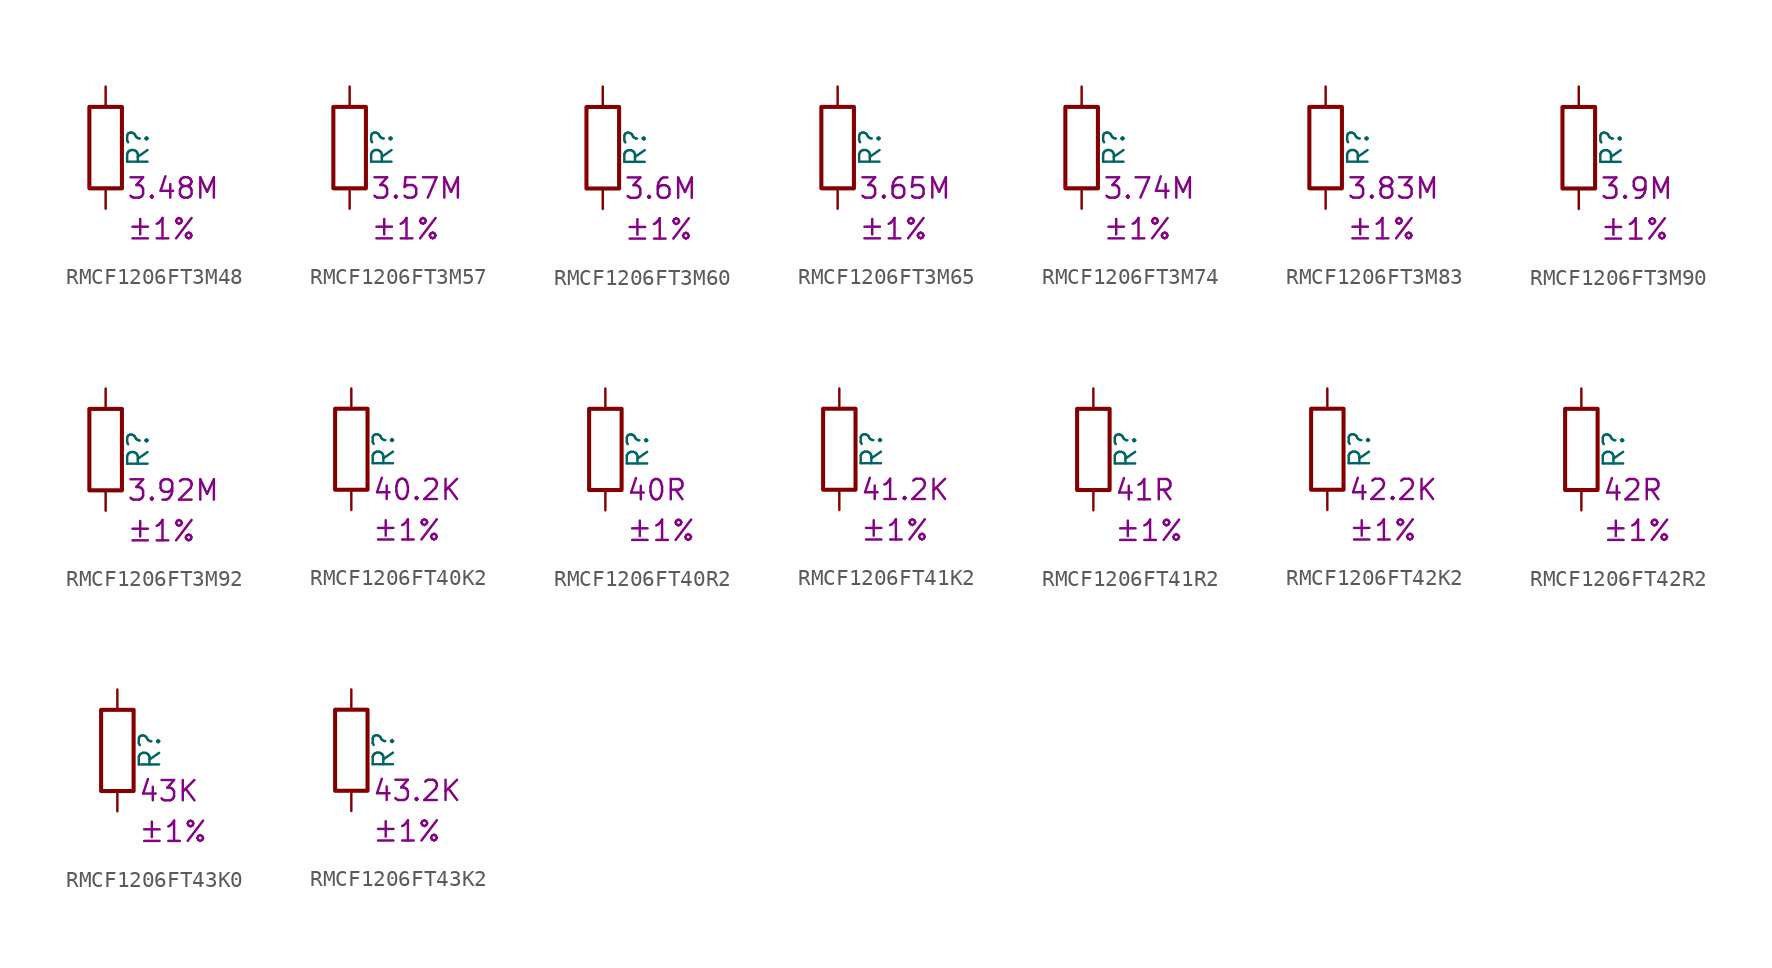
<source format=kicad_sym>
(kicad_symbol_lib
  (version 20220914)
  (generator kicad_symbol_editor)
  (symbol "RMCF1206FT3M48"
    (pin_numbers hide)
    (pin_names
      (offset 0))
    (property "Reference" "R"
      (at 2.032 0 90)
      (effects (font (size 1.27 1.27))))
    (property "Resistance" "3.48M"
      (at 1.27 -2.54 0)
      (effects (font (size 1.27 1.27)) (justify left)))
    (property "Tolerance" "±1%"
      (at 1.27 -5.08 0)
      (effects (font (size 1.27 1.27)) (justify left)))
    (symbol "RMCF1206FT3M48_0_1"
      (rectangle (start -1.016 -2.54) (end 1.016 2.54) (stroke (width 0.254) (type default)) (fill (type none))))
    (symbol "RMCF1206FT3M48_1_1"
      (pin passive line (at 0 3.81 270) (length 1.27) (name "~" (effects (font (size 1.27 1.27)))) (number "1" (effects (font (size 1.27 1.27)))))
      (pin passive line (at 0 -3.81 90) (length 1.27) (name "~" (effects (font (size 1.27 1.27)))) (number "2" (effects (font (size 1.27 1.27)))))))
  (symbol "RMCF1206FT3M57"
    (pin_numbers hide)
    (pin_names
      (offset 0))
    (property "Reference" "R"
      (at 2.032 0 90)
      (effects (font (size 1.27 1.27))))
    (property "Resistance" "3.57M"
      (at 1.27 -2.54 0)
      (effects (font (size 1.27 1.27)) (justify left)))
    (property "Tolerance" "±1%"
      (at 1.27 -5.08 0)
      (effects (font (size 1.27 1.27)) (justify left)))
    (symbol "RMCF1206FT3M57_0_1"
      (rectangle (start -1.016 -2.54) (end 1.016 2.54) (stroke (width 0.254) (type default)) (fill (type none))))
    (symbol "RMCF1206FT3M57_1_1"
      (pin passive line (at 0 3.81 270) (length 1.27) (name "~" (effects (font (size 1.27 1.27)))) (number "1" (effects (font (size 1.27 1.27)))))
      (pin passive line (at 0 -3.81 90) (length 1.27) (name "~" (effects (font (size 1.27 1.27)))) (number "2" (effects (font (size 1.27 1.27)))))))
  (symbol "RMCF1206FT3M60"
    (pin_numbers hide)
    (pin_names
      (offset 0))
    (property "Reference" "R"
      (at 2.032 0 90)
      (effects (font (size 1.27 1.27))))
    (property "Resistance" "3.6M"
      (at 1.27 -2.54 0)
      (effects (font (size 1.27 1.27)) (justify left)))
    (property "Tolerance" "±1%"
      (at 1.27 -5.08 0)
      (effects (font (size 1.27 1.27)) (justify left)))
    (symbol "RMCF1206FT3M60_0_1"
      (rectangle (start -1.016 -2.54) (end 1.016 2.54) (stroke (width 0.254) (type default)) (fill (type none))))
    (symbol "RMCF1206FT3M60_1_1"
      (pin passive line (at 0 3.81 270) (length 1.27) (name "~" (effects (font (size 1.27 1.27)))) (number "1" (effects (font (size 1.27 1.27)))))
      (pin passive line (at 0 -3.81 90) (length 1.27) (name "~" (effects (font (size 1.27 1.27)))) (number "2" (effects (font (size 1.27 1.27)))))))
  (symbol "RMCF1206FT3M65"
    (pin_numbers hide)
    (pin_names
      (offset 0))
    (property "Reference" "R"
      (at 2.032 0 90)
      (effects (font (size 1.27 1.27))))
    (property "Resistance" "3.65M"
      (at 1.27 -2.54 0)
      (effects (font (size 1.27 1.27)) (justify left)))
    (property "Tolerance" "±1%"
      (at 1.27 -5.08 0)
      (effects (font (size 1.27 1.27)) (justify left)))
    (symbol "RMCF1206FT3M65_0_1"
      (rectangle (start -1.016 -2.54) (end 1.016 2.54) (stroke (width 0.254) (type default)) (fill (type none))))
    (symbol "RMCF1206FT3M65_1_1"
      (pin passive line (at 0 3.81 270) (length 1.27) (name "~" (effects (font (size 1.27 1.27)))) (number "1" (effects (font (size 1.27 1.27)))))
      (pin passive line (at 0 -3.81 90) (length 1.27) (name "~" (effects (font (size 1.27 1.27)))) (number "2" (effects (font (size 1.27 1.27)))))))
  (symbol "RMCF1206FT3M74"
    (pin_numbers hide)
    (pin_names
      (offset 0))
    (property "Reference" "R"
      (at 2.032 0 90)
      (effects (font (size 1.27 1.27))))
    (property "Resistance" "3.74M"
      (at 1.27 -2.54 0)
      (effects (font (size 1.27 1.27)) (justify left)))
    (property "Tolerance" "±1%"
      (at 1.27 -5.08 0)
      (effects (font (size 1.27 1.27)) (justify left)))
    (symbol "RMCF1206FT3M74_0_1"
      (rectangle (start -1.016 -2.54) (end 1.016 2.54) (stroke (width 0.254) (type default)) (fill (type none))))
    (symbol "RMCF1206FT3M74_1_1"
      (pin passive line (at 0 3.81 270) (length 1.27) (name "~" (effects (font (size 1.27 1.27)))) (number "1" (effects (font (size 1.27 1.27)))))
      (pin passive line (at 0 -3.81 90) (length 1.27) (name "~" (effects (font (size 1.27 1.27)))) (number "2" (effects (font (size 1.27 1.27)))))))
  (symbol "RMCF1206FT3M83"
    (pin_numbers hide)
    (pin_names
      (offset 0))
    (property "Reference" "R"
      (at 2.032 0 90)
      (effects (font (size 1.27 1.27))))
    (property "Resistance" "3.83M"
      (at 1.27 -2.54 0)
      (effects (font (size 1.27 1.27)) (justify left)))
    (property "Tolerance" "±1%"
      (at 1.27 -5.08 0)
      (effects (font (size 1.27 1.27)) (justify left)))
    (symbol "RMCF1206FT3M83_0_1"
      (rectangle (start -1.016 -2.54) (end 1.016 2.54) (stroke (width 0.254) (type default)) (fill (type none))))
    (symbol "RMCF1206FT3M83_1_1"
      (pin passive line (at 0 3.81 270) (length 1.27) (name "~" (effects (font (size 1.27 1.27)))) (number "1" (effects (font (size 1.27 1.27)))))
      (pin passive line (at 0 -3.81 90) (length 1.27) (name "~" (effects (font (size 1.27 1.27)))) (number "2" (effects (font (size 1.27 1.27)))))))
  (symbol "RMCF1206FT3M90"
    (pin_numbers hide)
    (pin_names
      (offset 0))
    (property "Reference" "R"
      (at 2.032 0 90)
      (effects (font (size 1.27 1.27))))
    (property "Resistance" "3.9M"
      (at 1.27 -2.54 0)
      (effects (font (size 1.27 1.27)) (justify left)))
    (property "Tolerance" "±1%"
      (at 1.27 -5.08 0)
      (effects (font (size 1.27 1.27)) (justify left)))
    (symbol "RMCF1206FT3M90_0_1"
      (rectangle (start -1.016 -2.54) (end 1.016 2.54) (stroke (width 0.254) (type default)) (fill (type none))))
    (symbol "RMCF1206FT3M90_1_1"
      (pin passive line (at 0 3.81 270) (length 1.27) (name "~" (effects (font (size 1.27 1.27)))) (number "1" (effects (font (size 1.27 1.27)))))
      (pin passive line (at 0 -3.81 90) (length 1.27) (name "~" (effects (font (size 1.27 1.27)))) (number "2" (effects (font (size 1.27 1.27)))))))
  (symbol "RMCF1206FT3M92"
    (pin_numbers hide)
    (pin_names
      (offset 0))
    (property "Reference" "R"
      (at 2.032 0 90)
      (effects (font (size 1.27 1.27))))
    (property "Resistance" "3.92M"
      (at 1.27 -2.54 0)
      (effects (font (size 1.27 1.27)) (justify left)))
    (property "Tolerance" "±1%"
      (at 1.27 -5.08 0)
      (effects (font (size 1.27 1.27)) (justify left)))
    (symbol "RMCF1206FT3M92_0_1"
      (rectangle (start -1.016 -2.54) (end 1.016 2.54) (stroke (width 0.254) (type default)) (fill (type none))))
    (symbol "RMCF1206FT3M92_1_1"
      (pin passive line (at 0 3.81 270) (length 1.27) (name "~" (effects (font (size 1.27 1.27)))) (number "1" (effects (font (size 1.27 1.27)))))
      (pin passive line (at 0 -3.81 90) (length 1.27) (name "~" (effects (font (size 1.27 1.27)))) (number "2" (effects (font (size 1.27 1.27)))))))
  (symbol "RMCF1206FT40K2"
    (pin_numbers hide)
    (pin_names
      (offset 0))
    (property "Reference" "R"
      (at 2.032 0 90)
      (effects (font (size 1.27 1.27))))
    (property "Resistance" "40.2K"
      (at 1.27 -2.54 0)
      (effects (font (size 1.27 1.27)) (justify left)))
    (property "Tolerance" "±1%"
      (at 1.27 -5.08 0)
      (effects (font (size 1.27 1.27)) (justify left)))
    (symbol "RMCF1206FT40K2_0_1"
      (rectangle (start -1.016 -2.54) (end 1.016 2.54) (stroke (width 0.254) (type default)) (fill (type none))))
    (symbol "RMCF1206FT40K2_1_1"
      (pin passive line (at 0 3.81 270) (length 1.27) (name "~" (effects (font (size 1.27 1.27)))) (number "1" (effects (font (size 1.27 1.27)))))
      (pin passive line (at 0 -3.81 90) (length 1.27) (name "~" (effects (font (size 1.27 1.27)))) (number "2" (effects (font (size 1.27 1.27)))))))
  (symbol "RMCF1206FT40R2"
    (pin_numbers hide)
    (pin_names
      (offset 0))
    (property "Reference" "R"
      (at 2.032 0 90)
      (effects (font (size 1.27 1.27))))
    (property "Resistance" "40R"
      (at 1.27 -2.54 0)
      (effects (font (size 1.27 1.27)) (justify left)))
    (property "Tolerance" "±1%"
      (at 1.27 -5.08 0)
      (effects (font (size 1.27 1.27)) (justify left)))
    (symbol "RMCF1206FT40R2_0_1"
      (rectangle (start -1.016 -2.54) (end 1.016 2.54) (stroke (width 0.254) (type default)) (fill (type none))))
    (symbol "RMCF1206FT40R2_1_1"
      (pin passive line (at 0 3.81 270) (length 1.27) (name "~" (effects (font (size 1.27 1.27)))) (number "1" (effects (font (size 1.27 1.27)))))
      (pin passive line (at 0 -3.81 90) (length 1.27) (name "~" (effects (font (size 1.27 1.27)))) (number "2" (effects (font (size 1.27 1.27)))))))
  (symbol "RMCF1206FT41K2"
    (pin_numbers hide)
    (pin_names
      (offset 0))
    (property "Reference" "R"
      (at 2.032 0 90)
      (effects (font (size 1.27 1.27))))
    (property "Resistance" "41.2K"
      (at 1.27 -2.54 0)
      (effects (font (size 1.27 1.27)) (justify left)))
    (property "Tolerance" "±1%"
      (at 1.27 -5.08 0)
      (effects (font (size 1.27 1.27)) (justify left)))
    (symbol "RMCF1206FT41K2_0_1"
      (rectangle (start -1.016 -2.54) (end 1.016 2.54) (stroke (width 0.254) (type default)) (fill (type none))))
    (symbol "RMCF1206FT41K2_1_1"
      (pin passive line (at 0 3.81 270) (length 1.27) (name "~" (effects (font (size 1.27 1.27)))) (number "1" (effects (font (size 1.27 1.27)))))
      (pin passive line (at 0 -3.81 90) (length 1.27) (name "~" (effects (font (size 1.27 1.27)))) (number "2" (effects (font (size 1.27 1.27)))))))
  (symbol "RMCF1206FT41R2"
    (pin_numbers hide)
    (pin_names
      (offset 0))
    (property "Reference" "R"
      (at 2.032 0 90)
      (effects (font (size 1.27 1.27))))
    (property "Resistance" "41R"
      (at 1.27 -2.54 0)
      (effects (font (size 1.27 1.27)) (justify left)))
    (property "Tolerance" "±1%"
      (at 1.27 -5.08 0)
      (effects (font (size 1.27 1.27)) (justify left)))
    (symbol "RMCF1206FT41R2_0_1"
      (rectangle (start -1.016 -2.54) (end 1.016 2.54) (stroke (width 0.254) (type default)) (fill (type none))))
    (symbol "RMCF1206FT41R2_1_1"
      (pin passive line (at 0 3.81 270) (length 1.27) (name "~" (effects (font (size 1.27 1.27)))) (number "1" (effects (font (size 1.27 1.27)))))
      (pin passive line (at 0 -3.81 90) (length 1.27) (name "~" (effects (font (size 1.27 1.27)))) (number "2" (effects (font (size 1.27 1.27)))))))
  (symbol "RMCF1206FT42K2"
    (pin_numbers hide)
    (pin_names
      (offset 0))
    (property "Reference" "R"
      (at 2.032 0 90)
      (effects (font (size 1.27 1.27))))
    (property "Resistance" "42.2K"
      (at 1.27 -2.54 0)
      (effects (font (size 1.27 1.27)) (justify left)))
    (property "Tolerance" "±1%"
      (at 1.27 -5.08 0)
      (effects (font (size 1.27 1.27)) (justify left)))
    (symbol "RMCF1206FT42K2_0_1"
      (rectangle (start -1.016 -2.54) (end 1.016 2.54) (stroke (width 0.254) (type default)) (fill (type none))))
    (symbol "RMCF1206FT42K2_1_1"
      (pin passive line (at 0 3.81 270) (length 1.27) (name "~" (effects (font (size 1.27 1.27)))) (number "1" (effects (font (size 1.27 1.27)))))
      (pin passive line (at 0 -3.81 90) (length 1.27) (name "~" (effects (font (size 1.27 1.27)))) (number "2" (effects (font (size 1.27 1.27)))))))
  (symbol "RMCF1206FT42R2"
    (pin_numbers hide)
    (pin_names
      (offset 0))
    (property "Reference" "R"
      (at 2.032 0 90)
      (effects (font (size 1.27 1.27))))
    (property "Resistance" "42R"
      (at 1.27 -2.54 0)
      (effects (font (size 1.27 1.27)) (justify left)))
    (property "Tolerance" "±1%"
      (at 1.27 -5.08 0)
      (effects (font (size 1.27 1.27)) (justify left)))
    (symbol "RMCF1206FT42R2_0_1"
      (rectangle (start -1.016 -2.54) (end 1.016 2.54) (stroke (width 0.254) (type default)) (fill (type none))))
    (symbol "RMCF1206FT42R2_1_1"
      (pin passive line (at 0 3.81 270) (length 1.27) (name "~" (effects (font (size 1.27 1.27)))) (number "1" (effects (font (size 1.27 1.27)))))
      (pin passive line (at 0 -3.81 90) (length 1.27) (name "~" (effects (font (size 1.27 1.27)))) (number "2" (effects (font (size 1.27 1.27)))))))
  (symbol "RMCF1206FT43K0"
    (pin_numbers hide)
    (pin_names
      (offset 0))
    (property "Reference" "R"
      (at 2.032 0 90)
      (effects (font (size 1.27 1.27))))
    (property "Resistance" "43K"
      (at 1.27 -2.54 0)
      (effects (font (size 1.27 1.27)) (justify left)))
    (property "Tolerance" "±1%"
      (at 1.27 -5.08 0)
      (effects (font (size 1.27 1.27)) (justify left)))
    (symbol "RMCF1206FT43K0_0_1"
      (rectangle (start -1.016 -2.54) (end 1.016 2.54) (stroke (width 0.254) (type default)) (fill (type none))))
    (symbol "RMCF1206FT43K0_1_1"
      (pin passive line (at 0 3.81 270) (length 1.27) (name "~" (effects (font (size 1.27 1.27)))) (number "1" (effects (font (size 1.27 1.27)))))
      (pin passive line (at 0 -3.81 90) (length 1.27) (name "~" (effects (font (size 1.27 1.27)))) (number "2" (effects (font (size 1.27 1.27)))))))
  (symbol "RMCF1206FT43K2"
    (pin_numbers hide)
    (pin_names
      (offset 0))
    (property "Reference" "R"
      (at 2.032 0 90)
      (effects (font (size 1.27 1.27))))
    (property "Resistance" "43.2K"
      (at 1.27 -2.54 0)
      (effects (font (size 1.27 1.27)) (justify left)))
    (property "Tolerance" "±1%"
      (at 1.27 -5.08 0)
      (effects (font (size 1.27 1.27)) (justify left)))
    (symbol "RMCF1206FT43K2_0_1"
      (rectangle (start -1.016 -2.54) (end 1.016 2.54) (stroke (width 0.254) (type default)) (fill (type none))))
    (symbol "RMCF1206FT43K2_1_1"
      (pin passive line (at 0 3.81 270) (length 1.27) (name "~" (effects (font (size 1.27 1.27)))) (number "1" (effects (font (size 1.27 1.27)))))
      (pin passive line (at 0 -3.81 90) (length 1.27) (name "~" (effects (font (size 1.27 1.27)))) (number "2" (effects (font (size 1.27 1.27))))))))
</source>
